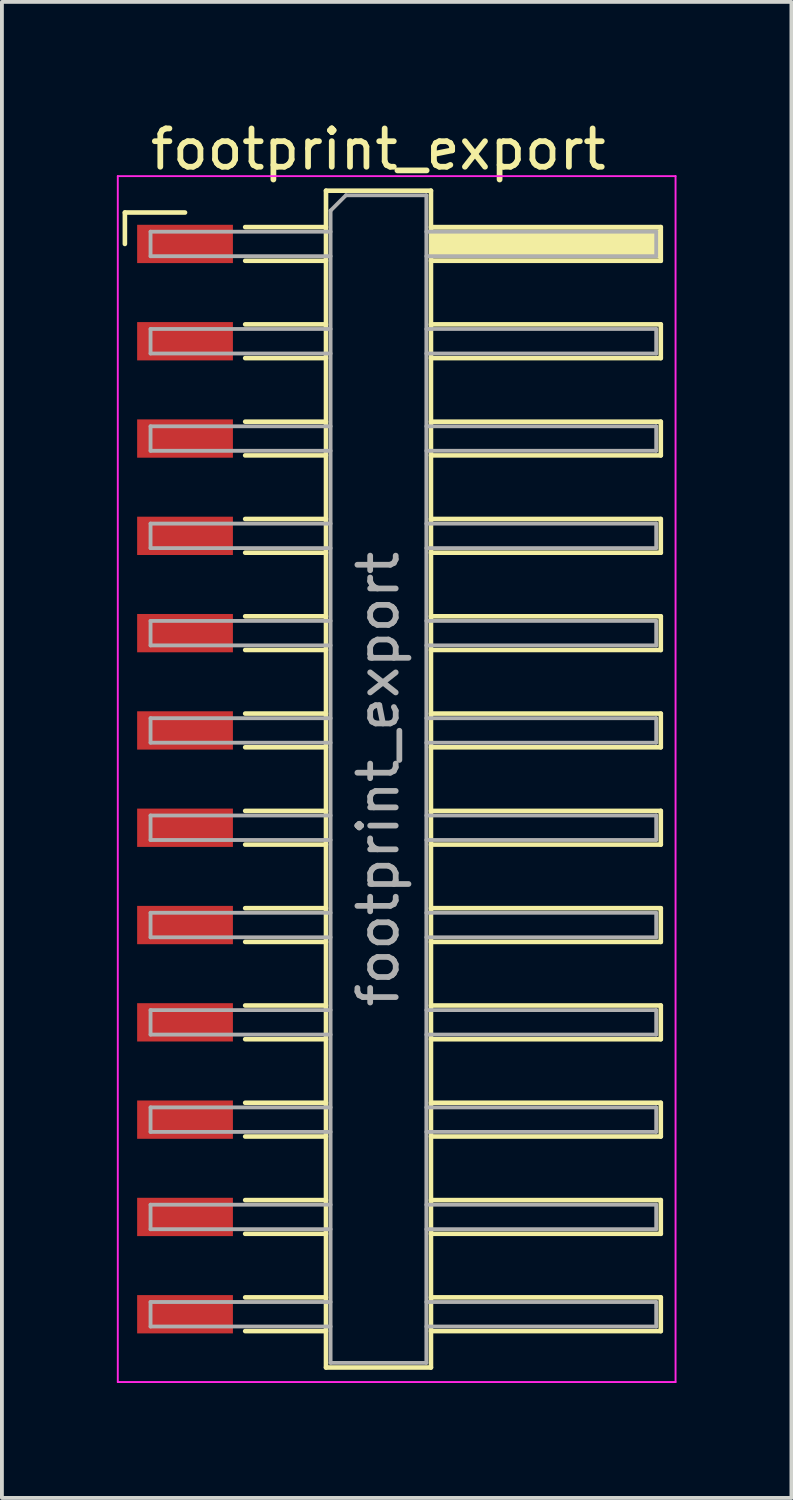
<source format=kicad_pcb>
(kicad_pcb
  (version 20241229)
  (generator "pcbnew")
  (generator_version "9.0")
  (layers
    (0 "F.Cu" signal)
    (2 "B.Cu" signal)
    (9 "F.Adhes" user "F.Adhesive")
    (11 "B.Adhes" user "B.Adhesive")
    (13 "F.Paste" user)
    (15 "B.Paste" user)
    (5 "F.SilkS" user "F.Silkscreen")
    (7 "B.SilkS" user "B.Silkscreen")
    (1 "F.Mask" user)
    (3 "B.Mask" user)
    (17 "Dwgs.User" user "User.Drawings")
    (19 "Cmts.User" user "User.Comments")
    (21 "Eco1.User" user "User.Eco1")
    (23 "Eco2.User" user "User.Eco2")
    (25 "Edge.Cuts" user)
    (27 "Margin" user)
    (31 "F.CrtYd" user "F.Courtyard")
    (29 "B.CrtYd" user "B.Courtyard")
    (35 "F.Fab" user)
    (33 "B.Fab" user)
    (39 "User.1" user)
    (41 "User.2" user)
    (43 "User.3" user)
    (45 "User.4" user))
  (footprint "footprint_export"
    (layer "F.Cu")
    (at 7.305 17.288)
    (property "Reference" "footprint_export" (at -0.48 -16.44 0) (layer "F.SilkS") (effects (font (size 1 1) (thickness 0.15))))
    (attr smd)
    (fp_line (start -7.095 -14.79) (end -5.525 -14.79) (stroke (width 0.12) (type solid)) (layer "F.SilkS"))
    (fp_line (start -7.095 -13.97) (end -7.095 -14.79) (stroke (width 0.12) (type solid)) (layer "F.SilkS"))
    (fp_line (start -3.955 -14.41) (end -1.845 -14.41) (stroke (width 0.12) (type solid)) (layer "F.SilkS"))
    (fp_line (start -3.955 -13.53) (end -1.845 -13.53) (stroke (width 0.12) (type solid)) (layer "F.SilkS"))
    (fp_line (start -3.955 -11.87) (end -1.845 -11.87) (stroke (width 0.12) (type solid)) (layer "F.SilkS"))
    (fp_line (start -3.955 -10.99) (end -1.845 -10.99) (stroke (width 0.12) (type solid)) (layer "F.SilkS"))
    (fp_line (start -3.955 -9.33) (end -1.845 -9.33) (stroke (width 0.12) (type solid)) (layer "F.SilkS"))
    (fp_line (start -3.955 -8.45) (end -1.845 -8.45) (stroke (width 0.12) (type solid)) (layer "F.SilkS"))
    (fp_line (start -3.955 -6.79) (end -1.845 -6.79) (stroke (width 0.12) (type solid)) (layer "F.SilkS"))
    (fp_line (start -3.955 -5.91) (end -1.845 -5.91) (stroke (width 0.12) (type solid)) (layer "F.SilkS"))
    (fp_line (start -3.955 -4.25) (end -1.845 -4.25) (stroke (width 0.12) (type solid)) (layer "F.SilkS"))
    (fp_line (start -3.955 -3.37) (end -1.845 -3.37) (stroke (width 0.12) (type solid)) (layer "F.SilkS"))
    (fp_line (start -3.955 -1.71) (end -1.845 -1.71) (stroke (width 0.12) (type solid)) (layer "F.SilkS"))
    (fp_line (start -3.955 -0.83) (end -1.845 -0.83) (stroke (width 0.12) (type solid)) (layer "F.SilkS"))
    (fp_line (start -3.955 0.83) (end -1.845 0.83) (stroke (width 0.12) (type solid)) (layer "F.SilkS"))
    (fp_line (start -3.955 1.71) (end -1.845 1.71) (stroke (width 0.12) (type solid)) (layer "F.SilkS"))
    (fp_line (start -3.955 3.37) (end -1.845 3.37) (stroke (width 0.12) (type solid)) (layer "F.SilkS"))
    (fp_line (start -3.955 4.25) (end -1.845 4.25) (stroke (width 0.12) (type solid)) (layer "F.SilkS"))
    (fp_line (start -3.955 5.91) (end -1.845 5.91) (stroke (width 0.12) (type solid)) (layer "F.SilkS"))
    (fp_line (start -3.955 6.79) (end -1.845 6.79) (stroke (width 0.12) (type solid)) (layer "F.SilkS"))
    (fp_line (start -3.955 8.45) (end -1.845 8.45) (stroke (width 0.12) (type solid)) (layer "F.SilkS"))
    (fp_line (start -3.955 9.33) (end -1.845 9.33) (stroke (width 0.12) (type solid)) (layer "F.SilkS"))
    (fp_line (start -3.955 10.99) (end -1.845 10.99) (stroke (width 0.12) (type solid)) (layer "F.SilkS"))
    (fp_line (start -3.955 11.87) (end -1.845 11.87) (stroke (width 0.12) (type solid)) (layer "F.SilkS"))
    (fp_line (start -3.955 13.53) (end -1.845 13.53) (stroke (width 0.12) (type solid)) (layer "F.SilkS"))
    (fp_line (start -3.955 14.41) (end -1.845 14.41) (stroke (width 0.12) (type solid)) (layer "F.SilkS"))
    (fp_line (start -1.845 -15.36) (end 0.895 -15.36) (stroke (width 0.12) (type solid)) (layer "F.SilkS"))
    (fp_line (start -1.845 15.36) (end -1.845 -15.36) (stroke (width 0.12) (type solid)) (layer "F.SilkS"))
    (fp_line (start 0.895 -15.36) (end 0.895 15.36) (stroke (width 0.12) (type solid)) (layer "F.SilkS"))
    (fp_line (start 0.895 -14.41) (end 6.895 -14.41) (stroke (width 0.12) (type solid)) (layer "F.SilkS"))
    (fp_line (start 0.895 -11.87) (end 6.895 -11.87) (stroke (width 0.12) (type solid)) (layer "F.SilkS"))
    (fp_line (start 0.895 -9.33) (end 6.895 -9.33) (stroke (width 0.12) (type solid)) (layer "F.SilkS"))
    (fp_line (start 0.895 -6.79) (end 6.895 -6.79) (stroke (width 0.12) (type solid)) (layer "F.SilkS"))
    (fp_line (start 0.895 -4.25) (end 6.895 -4.25) (stroke (width 0.12) (type solid)) (layer "F.SilkS"))
    (fp_line (start 0.895 -1.71) (end 6.895 -1.71) (stroke (width 0.12) (type solid)) (layer "F.SilkS"))
    (fp_line (start 0.895 0.83) (end 6.895 0.83) (stroke (width 0.12) (type solid)) (layer "F.SilkS"))
    (fp_line (start 0.895 3.37) (end 6.895 3.37) (stroke (width 0.12) (type solid)) (layer "F.SilkS"))
    (fp_line (start 0.895 5.91) (end 6.895 5.91) (stroke (width 0.12) (type solid)) (layer "F.SilkS"))
    (fp_line (start 0.895 8.45) (end 6.895 8.45) (stroke (width 0.12) (type solid)) (layer "F.SilkS"))
    (fp_line (start 0.895 10.99) (end 6.895 10.99) (stroke (width 0.12) (type solid)) (layer "F.SilkS"))
    (fp_line (start 0.895 13.53) (end 6.895 13.53) (stroke (width 0.12) (type solid)) (layer "F.SilkS"))
    (fp_line (start 0.895 15.36) (end -1.845 15.36) (stroke (width 0.12) (type solid)) (layer "F.SilkS"))
    (fp_line (start 6.895 -14.41) (end 6.895 -13.53) (stroke (width 0.12) (type solid)) (layer "F.SilkS"))
    (fp_line (start 6.895 -13.53) (end 0.895 -13.53) (stroke (width 0.12) (type solid)) (layer "F.SilkS"))
    (fp_line (start 6.895 -11.87) (end 6.895 -10.99) (stroke (width 0.12) (type solid)) (layer "F.SilkS"))
    (fp_line (start 6.895 -10.99) (end 0.895 -10.99) (stroke (width 0.12) (type solid)) (layer "F.SilkS"))
    (fp_line (start 6.895 -9.33) (end 6.895 -8.45) (stroke (width 0.12) (type solid)) (layer "F.SilkS"))
    (fp_line (start 6.895 -8.45) (end 0.895 -8.45) (stroke (width 0.12) (type solid)) (layer "F.SilkS"))
    (fp_line (start 6.895 -6.79) (end 6.895 -5.91) (stroke (width 0.12) (type solid)) (layer "F.SilkS"))
    (fp_line (start 6.895 -5.91) (end 0.895 -5.91) (stroke (width 0.12) (type solid)) (layer "F.SilkS"))
    (fp_line (start 6.895 -4.25) (end 6.895 -3.37) (stroke (width 0.12) (type solid)) (layer "F.SilkS"))
    (fp_line (start 6.895 -3.37) (end 0.895 -3.37) (stroke (width 0.12) (type solid)) (layer "F.SilkS"))
    (fp_line (start 6.895 -1.71) (end 6.895 -0.83) (stroke (width 0.12) (type solid)) (layer "F.SilkS"))
    (fp_line (start 6.895 -0.83) (end 0.895 -0.83) (stroke (width 0.12) (type solid)) (layer "F.SilkS"))
    (fp_line (start 6.895 0.83) (end 6.895 1.71) (stroke (width 0.12) (type solid)) (layer "F.SilkS"))
    (fp_line (start 6.895 1.71) (end 0.895 1.71) (stroke (width 0.12) (type solid)) (layer "F.SilkS"))
    (fp_line (start 6.895 3.37) (end 6.895 4.25) (stroke (width 0.12) (type solid)) (layer "F.SilkS"))
    (fp_line (start 6.895 4.25) (end 0.895 4.25) (stroke (width 0.12) (type solid)) (layer "F.SilkS"))
    (fp_line (start 6.895 5.91) (end 6.895 6.79) (stroke (width 0.12) (type solid)) (layer "F.SilkS"))
    (fp_line (start 6.895 6.79) (end 0.895 6.79) (stroke (width 0.12) (type solid)) (layer "F.SilkS"))
    (fp_line (start 6.895 8.45) (end 6.895 9.33) (stroke (width 0.12) (type solid)) (layer "F.SilkS"))
    (fp_line (start 6.895 9.33) (end 0.895 9.33) (stroke (width 0.12) (type solid)) (layer "F.SilkS"))
    (fp_line (start 6.895 10.99) (end 6.895 11.87) (stroke (width 0.12) (type solid)) (layer "F.SilkS"))
    (fp_line (start 6.895 11.87) (end 0.895 11.87) (stroke (width 0.12) (type solid)) (layer "F.SilkS"))
    (fp_line (start 6.895 13.53) (end 6.895 14.41) (stroke (width 0.12) (type solid)) (layer "F.SilkS"))
    (fp_line (start 6.895 14.41) (end 0.895 14.41) (stroke (width 0.12) (type solid)) (layer "F.SilkS"))
    (fp_line (start -7.28 -15.74) (end 7.28 -15.74) (stroke (width 0.05) (type solid)) (layer "F.CrtYd"))
    (fp_line (start -7.28 15.74) (end -7.28 -15.74) (stroke (width 0.05) (type solid)) (layer "F.CrtYd"))
    (fp_line (start 7.28 -15.74) (end 7.28 15.74) (stroke (width 0.05) (type solid)) (layer "F.CrtYd"))
    (fp_line (start 7.28 15.74) (end -7.28 15.74) (stroke (width 0.05) (type solid)) (layer "F.CrtYd"))
    (fp_line (start -6.425 -14.29) (end -6.425 -13.65) (stroke (width 0.1) (type solid)) (layer "F.Fab"))
    (fp_line (start -6.425 -13.65) (end -1.725 -13.65) (stroke (width 0.1) (type solid)) (layer "F.Fab"))
    (fp_line (start -6.425 -11.75) (end -6.425 -11.11) (stroke (width 0.1) (type solid)) (layer "F.Fab"))
    (fp_line (start -6.425 -11.11) (end -1.725 -11.11) (stroke (width 0.1) (type solid)) (layer "F.Fab"))
    (fp_line (start -6.425 -9.21) (end -6.425 -8.57) (stroke (width 0.1) (type solid)) (layer "F.Fab"))
    (fp_line (start -6.425 -8.57) (end -1.725 -8.57) (stroke (width 0.1) (type solid)) (layer "F.Fab"))
    (fp_line (start -6.425 -6.67) (end -6.425 -6.03) (stroke (width 0.1) (type solid)) (layer "F.Fab"))
    (fp_line (start -6.425 -6.03) (end -1.725 -6.03) (stroke (width 0.1) (type solid)) (layer "F.Fab"))
    (fp_line (start -6.425 -4.13) (end -6.425 -3.49) (stroke (width 0.1) (type solid)) (layer "F.Fab"))
    (fp_line (start -6.425 -3.49) (end -1.725 -3.49) (stroke (width 0.1) (type solid)) (layer "F.Fab"))
    (fp_line (start -6.425 -1.59) (end -6.425 -0.95) (stroke (width 0.1) (type solid)) (layer "F.Fab"))
    (fp_line (start -6.425 -0.95) (end -1.725 -0.95) (stroke (width 0.1) (type solid)) (layer "F.Fab"))
    (fp_line (start -6.425 0.95) (end -6.425 1.59) (stroke (width 0.1) (type solid)) (layer "F.Fab"))
    (fp_line (start -6.425 1.59) (end -1.725 1.59) (stroke (width 0.1) (type solid)) (layer "F.Fab"))
    (fp_line (start -6.425 3.49) (end -6.425 4.13) (stroke (width 0.1) (type solid)) (layer "F.Fab"))
    (fp_line (start -6.425 4.13) (end -1.725 4.13) (stroke (width 0.1) (type solid)) (layer "F.Fab"))
    (fp_line (start -6.425 6.03) (end -6.425 6.67) (stroke (width 0.1) (type solid)) (layer "F.Fab"))
    (fp_line (start -6.425 6.67) (end -1.725 6.67) (stroke (width 0.1) (type solid)) (layer "F.Fab"))
    (fp_line (start -6.425 8.57) (end -6.425 9.21) (stroke (width 0.1) (type solid)) (layer "F.Fab"))
    (fp_line (start -6.425 9.21) (end -1.725 9.21) (stroke (width 0.1) (type solid)) (layer "F.Fab"))
    (fp_line (start -6.425 11.11) (end -6.425 11.75) (stroke (width 0.1) (type solid)) (layer "F.Fab"))
    (fp_line (start -6.425 11.75) (end -1.725 11.75) (stroke (width 0.1) (type solid)) (layer "F.Fab"))
    (fp_line (start -6.425 13.65) (end -6.425 14.29) (stroke (width 0.1) (type solid)) (layer "F.Fab"))
    (fp_line (start -6.425 14.29) (end -1.725 14.29) (stroke (width 0.1) (type solid)) (layer "F.Fab"))
    (fp_line (start -1.725 -14.84) (end -1.325 -15.24) (stroke (width 0.1) (type solid)) (layer "F.Fab"))
    (fp_line (start -1.725 -14.29) (end -6.425 -14.29) (stroke (width 0.1) (type solid)) (layer "F.Fab"))
    (fp_line (start -1.725 -11.75) (end -6.425 -11.75) (stroke (width 0.1) (type solid)) (layer "F.Fab"))
    (fp_line (start -1.725 -9.21) (end -6.425 -9.21) (stroke (width 0.1) (type solid)) (layer "F.Fab"))
    (fp_line (start -1.725 -6.67) (end -6.425 -6.67) (stroke (width 0.1) (type solid)) (layer "F.Fab"))
    (fp_line (start -1.725 -4.13) (end -6.425 -4.13) (stroke (width 0.1) (type solid)) (layer "F.Fab"))
    (fp_line (start -1.725 -1.59) (end -6.425 -1.59) (stroke (width 0.1) (type solid)) (layer "F.Fab"))
    (fp_line (start -1.725 0.95) (end -6.425 0.95) (stroke (width 0.1) (type solid)) (layer "F.Fab"))
    (fp_line (start -1.725 3.49) (end -6.425 3.49) (stroke (width 0.1) (type solid)) (layer "F.Fab"))
    (fp_line (start -1.725 6.03) (end -6.425 6.03) (stroke (width 0.1) (type solid)) (layer "F.Fab"))
    (fp_line (start -1.725 8.57) (end -6.425 8.57) (stroke (width 0.1) (type solid)) (layer "F.Fab"))
    (fp_line (start -1.725 11.11) (end -6.425 11.11) (stroke (width 0.1) (type solid)) (layer "F.Fab"))
    (fp_line (start -1.725 13.65) (end -6.425 13.65) (stroke (width 0.1) (type solid)) (layer "F.Fab"))
    (fp_line (start -1.725 15.24) (end -1.725 -14.84) (stroke (width 0.1) (type solid)) (layer "F.Fab"))
    (fp_line (start -1.325 -15.24) (end 0.775 -15.24) (stroke (width 0.1) (type solid)) (layer "F.Fab"))
    (fp_line (start 0.775 -15.24) (end 0.775 15.24) (stroke (width 0.1) (type solid)) (layer "F.Fab"))
    (fp_line (start 0.775 -14.29) (end 6.775 -14.29) (stroke (width 0.1) (type solid)) (layer "F.Fab"))
    (fp_line (start 0.775 -11.75) (end 6.775 -11.75) (stroke (width 0.1) (type solid)) (layer "F.Fab"))
    (fp_line (start 0.775 -9.21) (end 6.775 -9.21) (stroke (width 0.1) (type solid)) (layer "F.Fab"))
    (fp_line (start 0.775 -6.67) (end 6.775 -6.67) (stroke (width 0.1) (type solid)) (layer "F.Fab"))
    (fp_line (start 0.775 -4.13) (end 6.775 -4.13) (stroke (width 0.1) (type solid)) (layer "F.Fab"))
    (fp_line (start 0.775 -1.59) (end 6.775 -1.59) (stroke (width 0.1) (type solid)) (layer "F.Fab"))
    (fp_line (start 0.775 0.95) (end 6.775 0.95) (stroke (width 0.1) (type solid)) (layer "F.Fab"))
    (fp_line (start 0.775 3.49) (end 6.775 3.49) (stroke (width 0.1) (type solid)) (layer "F.Fab"))
    (fp_line (start 0.775 6.03) (end 6.775 6.03) (stroke (width 0.1) (type solid)) (layer "F.Fab"))
    (fp_line (start 0.775 8.57) (end 6.775 8.57) (stroke (width 0.1) (type solid)) (layer "F.Fab"))
    (fp_line (start 0.775 11.11) (end 6.775 11.11) (stroke (width 0.1) (type solid)) (layer "F.Fab"))
    (fp_line (start 0.775 13.65) (end 6.775 13.65) (stroke (width 0.1) (type solid)) (layer "F.Fab"))
    (fp_line (start 0.775 15.24) (end -1.725 15.24) (stroke (width 0.1) (type solid)) (layer "F.Fab"))
    (fp_line (start 6.775 -14.29) (end 6.775 -13.65) (stroke (width 0.1) (type solid)) (layer "F.Fab"))
    (fp_line (start 6.775 -13.65) (end 0.775 -13.65) (stroke (width 0.1) (type solid)) (layer "F.Fab"))
    (fp_line (start 6.775 -11.75) (end 6.775 -11.11) (stroke (width 0.1) (type solid)) (layer "F.Fab"))
    (fp_line (start 6.775 -11.11) (end 0.775 -11.11) (stroke (width 0.1) (type solid)) (layer "F.Fab"))
    (fp_line (start 6.775 -9.21) (end 6.775 -8.57) (stroke (width 0.1) (type solid)) (layer "F.Fab"))
    (fp_line (start 6.775 -8.57) (end 0.775 -8.57) (stroke (width 0.1) (type solid)) (layer "F.Fab"))
    (fp_line (start 6.775 -6.67) (end 6.775 -6.03) (stroke (width 0.1) (type solid)) (layer "F.Fab"))
    (fp_line (start 6.775 -6.03) (end 0.775 -6.03) (stroke (width 0.1) (type solid)) (layer "F.Fab"))
    (fp_line (start 6.775 -4.13) (end 6.775 -3.49) (stroke (width 0.1) (type solid)) (layer "F.Fab"))
    (fp_line (start 6.775 -3.49) (end 0.775 -3.49) (stroke (width 0.1) (type solid)) (layer "F.Fab"))
    (fp_line (start 6.775 -1.59) (end 6.775 -0.95) (stroke (width 0.1) (type solid)) (layer "F.Fab"))
    (fp_line (start 6.775 -0.95) (end 0.775 -0.95) (stroke (width 0.1) (type solid)) (layer "F.Fab"))
    (fp_line (start 6.775 0.95) (end 6.775 1.59) (stroke (width 0.1) (type solid)) (layer "F.Fab"))
    (fp_line (start 6.775 1.59) (end 0.775 1.59) (stroke (width 0.1) (type solid)) (layer "F.Fab"))
    (fp_line (start 6.775 3.49) (end 6.775 4.13) (stroke (width 0.1) (type solid)) (layer "F.Fab"))
    (fp_line (start 6.775 4.13) (end 0.775 4.13) (stroke (width 0.1) (type solid)) (layer "F.Fab"))
    (fp_line (start 6.775 6.03) (end 6.775 6.67) (stroke (width 0.1) (type solid)) (layer "F.Fab"))
    (fp_line (start 6.775 6.67) (end 0.775 6.67) (stroke (width 0.1) (type solid)) (layer "F.Fab"))
    (fp_line (start 6.775 8.57) (end 6.775 9.21) (stroke (width 0.1) (type solid)) (layer "F.Fab"))
    (fp_line (start 6.775 9.21) (end 0.775 9.21) (stroke (width 0.1) (type solid)) (layer "F.Fab"))
    (fp_line (start 6.775 11.11) (end 6.775 11.75) (stroke (width 0.1) (type solid)) (layer "F.Fab"))
    (fp_line (start 6.775 11.75) (end 0.775 11.75) (stroke (width 0.1) (type solid)) (layer "F.Fab"))
    (fp_line (start 6.775 13.65) (end 6.775 14.29) (stroke (width 0.1) (type solid)) (layer "F.Fab"))
    (fp_line (start 6.775 14.29) (end 0.775 14.29) (stroke (width 0.1) (type solid)) (layer "F.Fab"))
    (fp_text user "${REFERENCE}" (at -0.48 0 90) (layer "F.Fab") (effects (font (size 1 1) (thickness 0.15))))
    (pad "" smd rect (at 3.895 -13.97) (size 6 0.76) (layers "F.SilkS"))
    (pad "1" smd rect (at -5.525 -13.97) (size 2.5 1) (layers "F.Cu" "F.Mask" "F.Paste"))
    (pad "2" smd rect (at -5.525 -11.43) (size 2.5 1) (layers "F.Cu" "F.Mask" "F.Paste"))
    (pad "3" smd rect (at -5.525 -8.89) (size 2.5 1) (layers "F.Cu" "F.Mask" "F.Paste"))
    (pad "4" smd rect (at -5.525 -6.35) (size 2.5 1) (layers "F.Cu" "F.Mask" "F.Paste"))
    (pad "5" smd rect (at -5.525 -3.81) (size 2.5 1) (layers "F.Cu" "F.Mask" "F.Paste"))
    (pad "6" smd rect (at -5.525 -1.27) (size 2.5 1) (layers "F.Cu" "F.Mask" "F.Paste"))
    (pad "7" smd rect (at -5.525 1.27) (size 2.5 1) (layers "F.Cu" "F.Mask" "F.Paste"))
    (pad "8" smd rect (at -5.525 3.81) (size 2.5 1) (layers "F.Cu" "F.Mask" "F.Paste"))
    (pad "9" smd rect (at -5.525 6.35) (size 2.5 1) (layers "F.Cu" "F.Mask" "F.Paste"))
    (pad "10" smd rect (at -5.525 8.89) (size 2.5 1) (layers "F.Cu" "F.Mask" "F.Paste"))
    (pad "11" smd rect (at -5.525 11.43) (size 2.5 1) (layers "F.Cu" "F.Mask" "F.Paste"))
    (pad "12" smd rect (at -5.525 13.97) (size 2.5 1) (layers "F.Cu" "F.Mask" "F.Paste")))
  (gr_rect
    (start -3 -3)
    (end 17.61 36.053)
    (stroke (width 0.1) (type default))
    (fill no)
    (layer "Edge.Cuts")))
</source>
